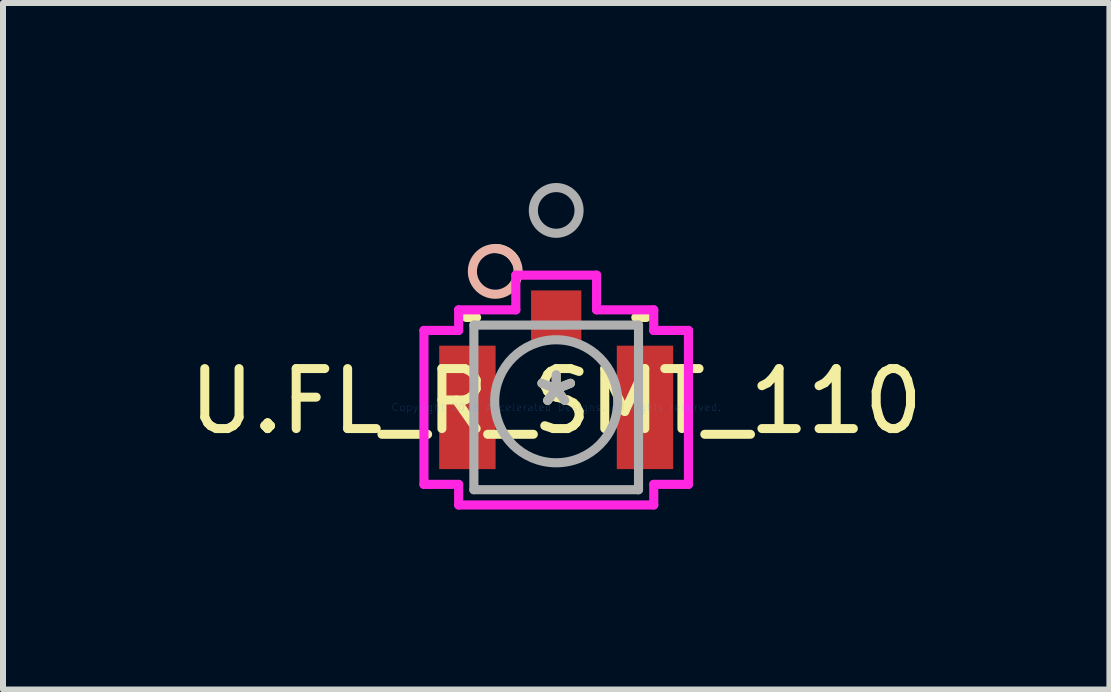
<source format=kicad_pcb>
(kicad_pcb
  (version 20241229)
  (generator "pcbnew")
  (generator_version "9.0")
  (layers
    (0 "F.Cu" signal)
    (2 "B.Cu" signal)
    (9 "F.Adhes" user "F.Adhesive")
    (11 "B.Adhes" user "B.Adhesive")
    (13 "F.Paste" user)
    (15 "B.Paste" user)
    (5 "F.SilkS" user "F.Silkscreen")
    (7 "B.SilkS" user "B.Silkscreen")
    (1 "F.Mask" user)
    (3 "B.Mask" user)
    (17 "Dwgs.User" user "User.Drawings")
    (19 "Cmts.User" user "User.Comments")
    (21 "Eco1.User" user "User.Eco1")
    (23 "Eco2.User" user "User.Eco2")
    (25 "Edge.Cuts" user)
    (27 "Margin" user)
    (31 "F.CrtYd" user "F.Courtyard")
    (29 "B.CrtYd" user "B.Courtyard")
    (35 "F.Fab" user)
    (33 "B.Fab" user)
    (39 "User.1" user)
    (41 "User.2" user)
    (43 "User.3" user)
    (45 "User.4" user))
  (footprint "U.FL_R_SMT_110"
    (layer "F.Cu")
    (at 6.22 3.74)
    (property "Reference" "U.FL_R_SMT_110" (at 0 -0.102 0) (layer "F.SilkS") (effects (font (size 1 1) (thickness 0.15))))
    (attr through_hole)
    (fp_line (start -1.327 -1.499) (end -1.499 -1.499) (stroke (width 0.152) (type solid)) (layer "F.SilkS"))
    (fp_line (start 1.499 -1.499) (end 1.327 -1.499) (stroke (width 0.152) (type solid)) (layer "F.SilkS"))
    (fp_arc (start -1.016 -2.6481) (mid -0.819324 -2.593412) (end -0.679109 -2.445048) (stroke (width 0.1524) (type solid)) (layer "F.SilkS"))
    (fp_circle (center -1.016 -2.267) (end -0.635 -2.267) (stroke (width 0.152) (type solid)) (fill no) (layer "B.SilkS"))
    (fp_line (start -2.204 -1.283) (end -2.204 1.283) (stroke (width 0.152) (type solid)) (layer "F.CrtYd"))
    (fp_line (start -2.204 1.283) (end -1.626 1.283) (stroke (width 0.152) (type solid)) (layer "F.CrtYd"))
    (fp_line (start -1.626 -1.626) (end -1.626 -1.283) (stroke (width 0.152) (type solid)) (layer "F.CrtYd"))
    (fp_line (start -1.626 -1.283) (end -2.204 -1.283) (stroke (width 0.152) (type solid)) (layer "F.CrtYd"))
    (fp_line (start -1.626 1.283) (end -1.626 1.626) (stroke (width 0.152) (type solid)) (layer "F.CrtYd"))
    (fp_line (start -1.626 1.626) (end 1.626 1.626) (stroke (width 0.152) (type solid)) (layer "F.CrtYd"))
    (fp_line (start -0.673 -2.204) (end -0.673 -1.626) (stroke (width 0.152) (type solid)) (layer "F.CrtYd"))
    (fp_line (start -0.673 -1.626) (end -1.626 -1.626) (stroke (width 0.152) (type solid)) (layer "F.CrtYd"))
    (fp_line (start 0.673 -2.204) (end -0.673 -2.204) (stroke (width 0.152) (type solid)) (layer "F.CrtYd"))
    (fp_line (start 0.673 -1.626) (end 0.673 -2.204) (stroke (width 0.152) (type solid)) (layer "F.CrtYd"))
    (fp_line (start 1.626 -1.626) (end 0.673 -1.626) (stroke (width 0.152) (type solid)) (layer "F.CrtYd"))
    (fp_line (start 1.626 -1.283) (end 1.626 -1.626) (stroke (width 0.152) (type solid)) (layer "F.CrtYd"))
    (fp_line (start 1.626 1.283) (end 2.204 1.283) (stroke (width 0.152) (type solid)) (layer "F.CrtYd"))
    (fp_line (start 1.626 1.626) (end 1.626 1.283) (stroke (width 0.152) (type solid)) (layer "F.CrtYd"))
    (fp_line (start 2.204 -1.283) (end 1.626 -1.283) (stroke (width 0.152) (type solid)) (layer "F.CrtYd"))
    (fp_line (start 2.204 1.283) (end 2.204 -1.283) (stroke (width 0.152) (type solid)) (layer "F.CrtYd"))
    (fp_line (start -1.372 -1.372) (end -1.372 1.372) (stroke (width 0.152) (type solid)) (layer "F.Fab"))
    (fp_line (start -1.372 1.372) (end 1.372 1.372) (stroke (width 0.152) (type solid)) (layer "F.Fab"))
    (fp_line (start 1.372 -1.372) (end -1.372 -1.372) (stroke (width 0.152) (type solid)) (layer "F.Fab"))
    (fp_line (start 1.372 1.372) (end 1.372 -1.372) (stroke (width 0.152) (type solid)) (layer "F.Fab"))
    (fp_circle (center 0 -3.283) (end 0.381 -3.283) (stroke (width 0.152) (type solid)) (fill no) (layer "F.Fab"))
    (fp_circle (center 0 -0.102) (end 1.025 -0.102) (stroke (width 0.152) (type solid)) (fill no) (layer "F.Fab"))
    (fp_text user "*" (at 0 0 0) (layer "F.SilkS") (effects (font (size 1 1) (thickness 0.15))))
    (fp_text user "Copyright 2016 Accelerated Designs. All rights reserved." (at 0 0 0) (layer "Cmts.User") (effects (font (size 0.127 0.127) (thickness 0.002))))
    (fp_text user "*" (at 0 0 0) (layer "F.Fab") (effects (font (size 1 1) (thickness 0.15))))
    (pad "1" smd rect (at 0 -1.505) (size 0.838 0.889) (layers "F.Cu" "F.Mask" "F.Paste"))
    (pad "2" smd rect (at -1.48 -0.0001) (size 0.94 2.057) (layers "F.Cu" "F.Mask" "F.Paste"))
    (pad "3" smd rect (at 1.48 -0.0001) (size 0.94 2.057) (layers "F.Cu" "F.Mask" "F.Paste")))
  (gr_rect
    (start -3 -3)
    (end 15.44 8.442)
    (stroke (width 0.1) (type default))
    (fill no)
    (layer "Edge.Cuts")))
</source>
